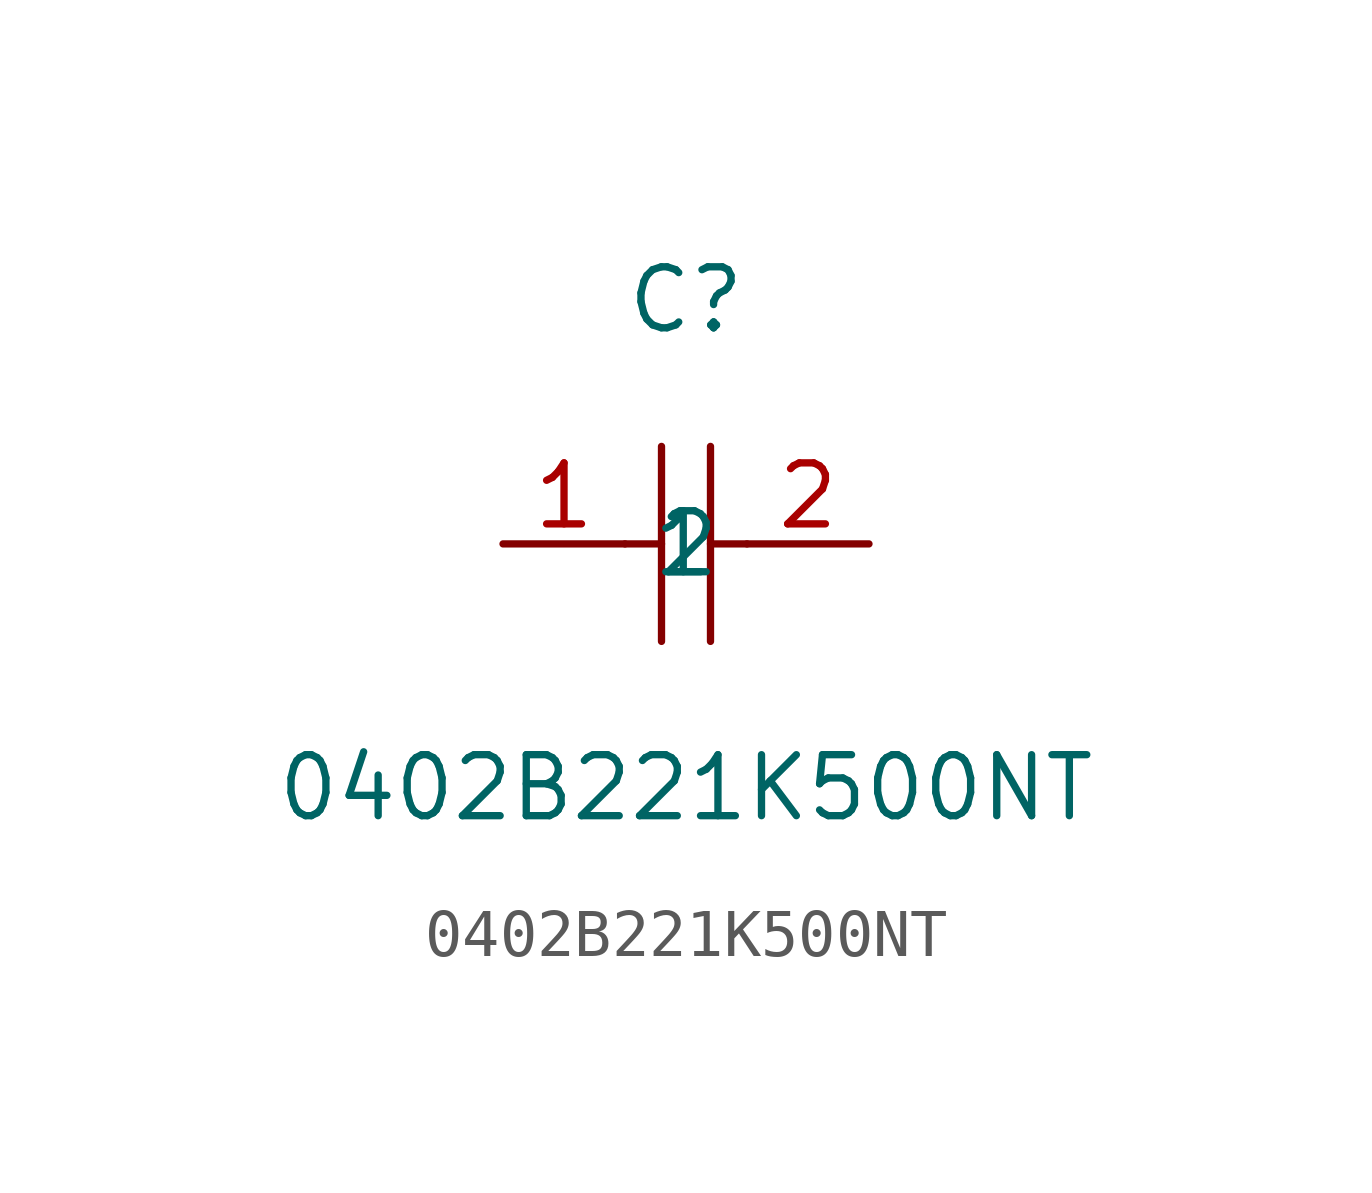
<source format=kicad_sym>
(kicad_symbol_lib
  (version 1)
  (generator "faebryk")
  (symbol "0402B221K500NT"
    (property "Reference" "C"
      (at 0 5.08 0)
      (effects (font (size 1.27 1.27)) (hide no)))
    (property "Value" "0402B221K500NT"
      (at 0 -5.08 0)
      (effects (font (size 1.27 1.27)) (hide no)))
    (symbol "0402B221K500NT_0_1"
      (polyline (stroke (width 0) (type default) (color 0 0 0 0)) (fill (type none)) (pts (xy -0.51 2.03) (xy -0.51 -2.03)))
      (polyline (stroke (width 0) (type default) (color 0 0 0 0)) (fill (type none)) (pts (xy 0.51 2.03) (xy 0.51 -2.03)))
      (polyline (stroke (width 0) (type default) (color 0 0 0 0)) (fill (type none)) (pts (xy -1.27 0) (xy -0.51 0)))
      (polyline (stroke (width 0) (type default) (color 0 0 0 0)) (fill (type none)) (pts (xy 0.51 0) (xy 1.27 0)))
      (pin input line (at -3.81 0 0) (length 2.54) (name "1" (effects (font (size 1.27 1.27)) (hide no))) (number "1" (effects (font (size 1.27 1.27)) (hide no))))
      (pin input line (at 3.81 0 180) (length 2.54) (name "2" (effects (font (size 1.27 1.27)) (hide no))) (number "2" (effects (font (size 1.27 1.27)) (hide no)))))))
</source>
